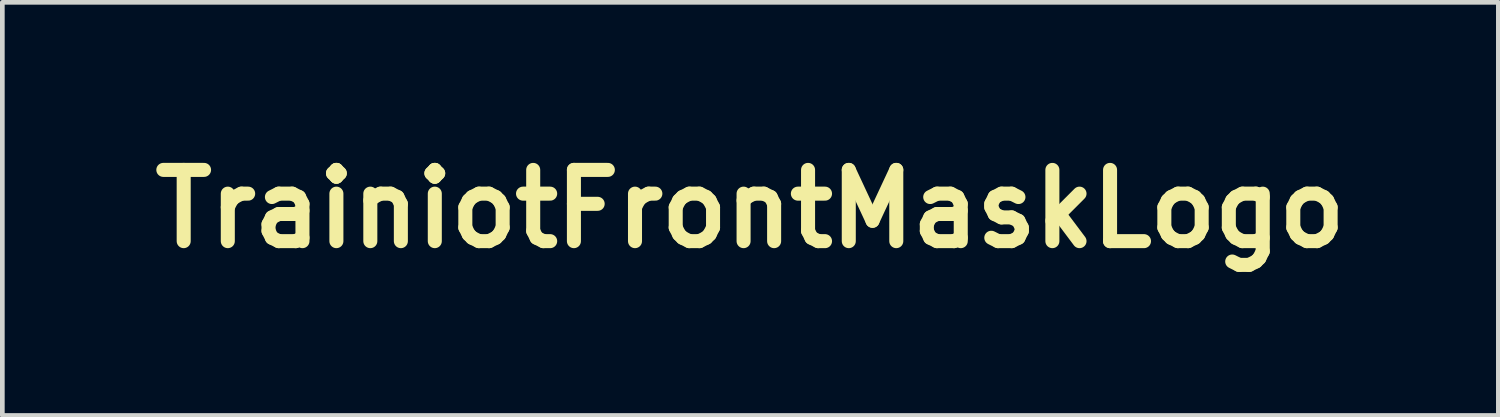
<source format=kicad_pcb>
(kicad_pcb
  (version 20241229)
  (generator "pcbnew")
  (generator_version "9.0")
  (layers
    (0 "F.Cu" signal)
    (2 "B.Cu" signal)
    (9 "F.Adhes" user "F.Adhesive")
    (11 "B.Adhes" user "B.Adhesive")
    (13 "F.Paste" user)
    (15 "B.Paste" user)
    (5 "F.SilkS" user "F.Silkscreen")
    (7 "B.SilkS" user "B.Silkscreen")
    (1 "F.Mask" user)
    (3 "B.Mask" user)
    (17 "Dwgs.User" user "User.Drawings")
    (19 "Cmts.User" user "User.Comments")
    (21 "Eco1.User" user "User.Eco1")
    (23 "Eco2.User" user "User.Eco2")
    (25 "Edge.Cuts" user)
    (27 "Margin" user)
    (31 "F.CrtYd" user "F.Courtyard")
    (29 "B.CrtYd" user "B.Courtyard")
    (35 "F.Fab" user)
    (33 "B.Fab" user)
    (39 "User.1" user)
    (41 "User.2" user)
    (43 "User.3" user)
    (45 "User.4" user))
  (footprint "TrainiotFrontMaskLogo"
    (layer "F.Cu")
    (at 12.998 1.418)
    (property "Reference" "TrainiotFrontMaskLogo" (at 0 0 0) (layer "F.SilkS") (effects (font (size 1.524 1.524) (thickness 0.3))))
    (attr through_hole)
    (fp_poly (pts (xy 1.852 -0.91) (xy 1.566 -0.91) (xy 1.566 -1.122) (xy 1.852 -1.122) (xy 1.852 -0.91)) (stroke (width 0.01) (type solid)) (fill yes) (layer "F.Mask"))
    (fp_poly (pts (xy -0.671 -1.057) (xy -0.674 -1.014) (xy -0.677 -0.972) (xy -0.677 -0.951) (xy -0.677 -0.91) (xy -0.966 -0.91) (xy -0.959 -0.975) (xy -0.956 -1.018) (xy -0.953 -1.06) (xy -0.953 -1.081) (xy -0.953 -1.122) (xy -0.664 -1.122) (xy -0.671 -1.057)) (stroke (width 0.01) (type solid)) (fill yes) (layer "F.Mask"))
    (fp_poly (pts (xy -0.693 -0.54) (xy -0.697 -0.5) (xy -0.701 -0.442) (xy -0.706 -0.367) (xy -0.711 -0.278) (xy -0.717 -0.178) (xy -0.722 -0.069) (xy -0.727 0.047) (xy -0.732 0.168) (xy -0.737 0.291) (xy -0.741 0.413) (xy -0.743 0.479) (xy -0.755 0.921) (xy -1.027 0.921) (xy -1.027 0.891) (xy -1.026 0.868) (xy -1.024 0.83) (xy -1.02 0.782) (xy -1.016 0.729) (xy -1.012 0.675) (xy -1.008 0.603) (xy -1.003 0.515) (xy -0.998 0.416) (xy -0.993 0.308) (xy -0.988 0.195) (xy -0.983 0.079) (xy -0.978 -0.037) (xy -0.974 -0.149) (xy -0.97 -0.254) (xy -0.968 -0.344) (xy -0.961 -0.587) (xy -0.687 -0.587) (xy -0.693 -0.54)) (stroke (width 0.01) (type solid)) (fill yes) (layer "F.Mask"))
    (fp_poly (pts (xy 1.827 -0.492) (xy 1.816 -0.326) (xy 1.806 -0.151) (xy 1.797 0.026) (xy 1.79 0.203) (xy 1.784 0.373) (xy 1.78 0.533) (xy 1.777 0.677) (xy 1.777 0.706) (xy 1.776 0.921) (xy 1.492 0.921) (xy 1.497 0.87) (xy 1.501 0.826) (xy 1.506 0.763) (xy 1.511 0.685) (xy 1.517 0.594) (xy 1.522 0.492) (xy 1.528 0.383) (xy 1.533 0.269) (xy 1.539 0.153) (xy 1.544 0.037) (xy 1.548 -0.075) (xy 1.552 -0.181) (xy 1.555 -0.278) (xy 1.558 -0.364) (xy 1.558 -0.409) (xy 1.56 -0.465) (xy 1.561 -0.514) (xy 1.563 -0.55) (xy 1.565 -0.571) (xy 1.566 -0.575) (xy 1.578 -0.577) (xy 1.607 -0.58) (xy 1.649 -0.582) (xy 1.699 -0.584) (xy 1.703 -0.584) (xy 1.833 -0.587) (xy 1.827 -0.492)) (stroke (width 0.01) (type solid)) (fill yes) (layer "F.Mask"))
    (fp_poly (pts (xy -2.913 -0.616) (xy -2.882 -0.613) (xy -2.868 -0.607) (xy -2.863 -0.593) (xy -2.857 -0.562) (xy -2.853 -0.521) (xy -2.85 -0.494) (xy -2.844 -0.39) (xy -2.901 -0.399) (xy -2.942 -0.403) (xy -2.993 -0.406) (xy -3.036 -0.406) (xy -3.121 -0.394) (xy -3.199 -0.362) (xy -3.269 -0.311) (xy -3.297 -0.283) (xy -3.327 -0.247) (xy -3.353 -0.21) (xy -3.376 -0.17) (xy -3.394 -0.126) (xy -3.41 -0.075) (xy -3.422 -0.016) (xy -3.432 0.054) (xy -3.44 0.137) (xy -3.447 0.233) (xy -3.452 0.345) (xy -3.455 0.476) (xy -3.457 0.574) (xy -3.464 0.921) (xy -3.727 0.921) (xy -3.721 0.833) (xy -3.714 0.739) (xy -3.708 0.628) (xy -3.701 0.503) (xy -3.695 0.37) (xy -3.689 0.231) (xy -3.684 0.092) (xy -3.68 -0.044) (xy -3.677 -0.172) (xy -3.676 -0.217) (xy -3.669 -0.587) (xy -3.419 -0.587) (xy -3.425 -0.471) (xy -3.427 -0.42) (xy -3.428 -0.388) (xy -3.426 -0.371) (xy -3.423 -0.367) (xy -3.417 -0.373) (xy -3.411 -0.381) (xy -3.352 -0.456) (xy -3.295 -0.513) (xy -3.235 -0.556) (xy -3.171 -0.587) (xy -3.133 -0.6) (xy -3.098 -0.608) (xy -3.053 -0.613) (xy -3.004 -0.616) (xy -2.956 -0.618) (xy -2.913 -0.616)) (stroke (width 0.01) (type solid)) (fill yes) (layer "F.Mask"))
    (fp_poly (pts (xy 3.038 -0.613) (xy 3.155 -0.593) (xy 3.257 -0.563) (xy 3.345 -0.521) (xy 3.425 -0.465) (xy 3.477 -0.418) (xy 3.551 -0.33) (xy 3.608 -0.228) (xy 3.646 -0.122) (xy 3.658 -0.062) (xy 3.666 0.011) (xy 3.67 0.092) (xy 3.67 0.175) (xy 3.665 0.252) (xy 3.657 0.312) (xy 3.623 0.445) (xy 3.574 0.564) (xy 3.511 0.668) (xy 3.434 0.756) (xy 3.343 0.829) (xy 3.239 0.886) (xy 3.122 0.926) (xy 3.054 0.938) (xy 2.973 0.946) (xy 2.886 0.949) (xy 2.8 0.946) (xy 2.722 0.939) (xy 2.685 0.932) (xy 2.566 0.896) (xy 2.459 0.844) (xy 2.367 0.776) (xy 2.289 0.694) (xy 2.225 0.596) (xy 2.177 0.485) (xy 2.145 0.36) (xy 2.133 0.274) (xy 2.133 0.27) (xy 2.395 0.27) (xy 2.409 0.378) (xy 2.437 0.473) (xy 2.48 0.557) (xy 2.503 0.59) (xy 2.567 0.658) (xy 2.644 0.71) (xy 2.731 0.746) (xy 2.826 0.765) (xy 2.926 0.766) (xy 3.029 0.75) (xy 3.063 0.74) (xy 3.152 0.702) (xy 3.228 0.648) (xy 3.292 0.576) (xy 3.343 0.489) (xy 3.381 0.386) (xy 3.406 0.268) (xy 3.414 0.181) (xy 3.414 0.064) (xy 3.4 -0.045) (xy 3.371 -0.145) (xy 3.329 -0.232) (xy 3.311 -0.26) (xy 3.256 -0.319) (xy 3.187 -0.366) (xy 3.107 -0.4) (xy 3.019 -0.422) (xy 2.926 -0.43) (xy 2.833 -0.423) (xy 2.743 -0.402) (xy 2.691 -0.381) (xy 2.607 -0.331) (xy 2.537 -0.265) (xy 2.481 -0.183) (xy 2.438 -0.086) (xy 2.409 0.026) (xy 2.395 0.148) (xy 2.395 0.27) (xy 2.133 0.27) (xy 2.13 0.17) (xy 2.141 0.061) (xy 2.163 -0.048) (xy 2.196 -0.153) (xy 2.239 -0.249) (xy 2.289 -0.33) (xy 2.305 -0.35) (xy 2.387 -0.433) (xy 2.483 -0.501) (xy 2.591 -0.555) (xy 2.708 -0.593) (xy 2.832 -0.615) (xy 2.96 -0.619) (xy 3.038 -0.613)) (stroke (width 0.01) (type solid)) (fill yes) (layer "F.Mask"))
    (fp_poly (pts (xy -4.316 -0.749) (xy -4.32 -0.582) (xy -4.112 -0.582) (xy -4.04 -0.582) (xy -3.987 -0.581) (xy -3.95 -0.58) (xy -3.926 -0.578) (xy -3.913 -0.575) (xy -3.909 -0.57) (xy -3.909 -0.565) (xy -3.913 -0.547) (xy -3.915 -0.514) (xy -3.916 -0.475) (xy -3.916 -0.402) (xy -4.326 -0.402) (xy -4.333 -0.32) (xy -4.337 -0.262) (xy -4.341 -0.191) (xy -4.346 -0.111) (xy -4.35 -0.023) (xy -4.354 0.067) (xy -4.358 0.159) (xy -4.361 0.247) (xy -4.364 0.331) (xy -4.367 0.405) (xy -4.368 0.469) (xy -4.369 0.517) (xy -4.368 0.548) (xy -4.368 0.551) (xy -4.363 0.595) (xy -4.356 0.635) (xy -4.347 0.661) (xy -4.347 0.662) (xy -4.312 0.71) (xy -4.264 0.742) (xy -4.204 0.759) (xy -4.129 0.76) (xy -4.04 0.747) (xy -4.019 0.742) (xy -3.978 0.733) (xy -3.954 0.728) (xy -3.943 0.729) (xy -3.941 0.734) (xy -3.943 0.742) (xy -3.948 0.762) (xy -3.954 0.796) (xy -3.961 0.836) (xy -3.962 0.839) (xy -3.975 0.915) (xy -4.027 0.929) (xy -4.064 0.936) (xy -4.116 0.941) (xy -4.176 0.945) (xy -4.239 0.948) (xy -4.299 0.948) (xy -4.35 0.947) (xy -4.387 0.943) (xy -4.389 0.942) (xy -4.463 0.917) (xy -4.526 0.879) (xy -4.575 0.828) (xy -4.607 0.768) (xy -4.608 0.765) (xy -4.615 0.74) (xy -4.62 0.707) (xy -4.623 0.664) (xy -4.624 0.61) (xy -4.624 0.543) (xy -4.622 0.462) (xy -4.618 0.365) (xy -4.613 0.25) (xy -4.606 0.117) (xy -4.604 0.079) (xy -4.599 -0.01) (xy -4.594 -0.094) (xy -4.59 -0.172) (xy -4.587 -0.239) (xy -4.585 -0.292) (xy -4.583 -0.33) (xy -4.583 -0.347) (xy -4.583 -0.402) (xy -4.773 -0.402) (xy -4.773 -0.475) (xy -4.773 -0.523) (xy -4.769 -0.554) (xy -4.758 -0.571) (xy -4.737 -0.58) (xy -4.701 -0.582) (xy -4.662 -0.582) (xy -4.564 -0.582) (xy -4.558 -0.654) (xy -4.554 -0.705) (xy -4.551 -0.761) (xy -4.551 -0.794) (xy -4.551 -0.864) (xy -4.432 -0.89) (xy -4.313 -0.915) (xy -4.316 -0.749)) (stroke (width 0.01) (type solid)) (fill yes) (layer "F.Mask"))
    (fp_poly (pts (xy 0.681 -0.612) (xy 0.786 -0.594) (xy 0.878 -0.566) (xy 0.909 -0.553) (xy 0.969 -0.516) (xy 1.026 -0.466) (xy 1.072 -0.408) (xy 1.101 -0.353) (xy 1.112 -0.319) (xy 1.12 -0.276) (xy 1.126 -0.223) (xy 1.129 -0.158) (xy 1.131 -0.079) (xy 1.13 0.016) (xy 1.127 0.127) (xy 1.121 0.257) (xy 1.118 0.339) (xy 1.113 0.429) (xy 1.109 0.518) (xy 1.106 0.602) (xy 1.103 0.678) (xy 1.102 0.741) (xy 1.101 0.789) (xy 1.101 0.802) (xy 1.101 0.921) (xy 0.836 0.921) (xy 0.836 0.892) (xy 0.837 0.874) (xy 0.839 0.838) (xy 0.842 0.787) (xy 0.845 0.723) (xy 0.85 0.649) (xy 0.854 0.567) (xy 0.857 0.519) (xy 0.866 0.369) (xy 0.872 0.239) (xy 0.876 0.127) (xy 0.878 0.034) (xy 0.877 -0.044) (xy 0.874 -0.106) (xy 0.869 -0.154) (xy 0.862 -0.188) (xy 0.862 -0.19) (xy 0.837 -0.244) (xy 0.797 -0.297) (xy 0.749 -0.341) (xy 0.718 -0.361) (xy 0.648 -0.388) (xy 0.565 -0.404) (xy 0.477 -0.411) (xy 0.389 -0.406) (xy 0.308 -0.391) (xy 0.295 -0.387) (xy 0.22 -0.353) (xy 0.147 -0.303) (xy 0.083 -0.242) (xy 0.032 -0.173) (xy 0.001 -0.111) (xy -0.017 -0.055) (xy -0.033 0.009) (xy -0.046 0.084) (xy -0.057 0.171) (xy -0.066 0.273) (xy -0.073 0.391) (xy -0.079 0.526) (xy -0.083 0.651) (xy -0.09 0.915) (xy -0.362 0.921) (xy -0.356 0.86) (xy -0.35 0.8) (xy -0.344 0.721) (xy -0.337 0.627) (xy -0.33 0.522) (xy -0.323 0.408) (xy -0.317 0.289) (xy -0.31 0.167) (xy -0.304 0.046) (xy -0.299 -0.071) (xy -0.294 -0.182) (xy -0.291 -0.282) (xy -0.29 -0.324) (xy -0.282 -0.587) (xy -0.02 -0.587) (xy -0.027 -0.452) (xy -0.03 -0.402) (xy -0.031 -0.36) (xy -0.031 -0.331) (xy -0.029 -0.318) (xy -0.029 -0.318) (xy -0.021 -0.326) (xy -0.005 -0.347) (xy 0.011 -0.37) (xy 0.073 -0.448) (xy 0.15 -0.512) (xy 0.242 -0.56) (xy 0.348 -0.595) (xy 0.468 -0.614) (xy 0.566 -0.618) (xy 0.681 -0.612)) (stroke (width 0.01) (type solid)) (fill yes) (layer "F.Mask"))
    (fp_poly (pts (xy 4.349 -0.911) (xy 4.352 -0.903) (xy 4.354 -0.884) (xy 4.354 -0.853) (xy 4.353 -0.805) (xy 4.352 -0.75) (xy 4.347 -0.582) (xy 4.556 -0.582) (xy 4.765 -0.582) (xy 4.759 -0.558) (xy 4.755 -0.535) (xy 4.753 -0.499) (xy 4.752 -0.468) (xy 4.752 -0.402) (xy 4.342 -0.402) (xy 4.336 -0.31) (xy 4.334 -0.277) (xy 4.331 -0.226) (xy 4.327 -0.161) (xy 4.323 -0.084) (xy 4.319 0.001) (xy 4.315 0.092) (xy 4.312 0.164) (xy 4.306 0.277) (xy 4.303 0.372) (xy 4.301 0.449) (xy 4.301 0.512) (xy 4.302 0.562) (xy 4.306 0.601) (xy 4.311 0.632) (xy 4.319 0.656) (xy 4.329 0.676) (xy 4.342 0.694) (xy 4.384 0.731) (xy 4.441 0.753) (xy 4.512 0.76) (xy 4.596 0.753) (xy 4.649 0.742) (xy 4.692 0.733) (xy 4.717 0.729) (xy 4.727 0.732) (xy 4.727 0.736) (xy 4.723 0.752) (xy 4.717 0.784) (xy 4.71 0.824) (xy 4.709 0.834) (xy 4.696 0.918) (xy 4.636 0.931) (xy 4.587 0.939) (xy 4.526 0.945) (xy 4.459 0.948) (xy 4.393 0.948) (xy 4.333 0.946) (xy 4.285 0.941) (xy 4.268 0.938) (xy 4.191 0.909) (xy 4.129 0.866) (xy 4.084 0.809) (xy 4.081 0.805) (xy 4.065 0.774) (xy 4.055 0.747) (xy 4.049 0.715) (xy 4.046 0.672) (xy 4.045 0.645) (xy 4.044 0.616) (xy 4.045 0.57) (xy 4.047 0.508) (xy 4.05 0.434) (xy 4.053 0.35) (xy 4.056 0.259) (xy 4.06 0.165) (xy 4.065 0.07) (xy 4.069 -0.023) (xy 4.074 -0.111) (xy 4.078 -0.191) (xy 4.082 -0.261) (xy 4.086 -0.316) (xy 4.089 -0.355) (xy 4.089 -0.362) (xy 4.094 -0.402) (xy 3.895 -0.402) (xy 3.895 -0.437) (xy 3.896 -0.468) (xy 3.899 -0.508) (xy 3.902 -0.527) (xy 3.908 -0.582) (xy 4.103 -0.582) (xy 4.11 -0.638) (xy 4.113 -0.676) (xy 4.116 -0.726) (xy 4.117 -0.776) (xy 4.117 -0.779) (xy 4.117 -0.865) (xy 4.215 -0.884) (xy 4.26 -0.893) (xy 4.3 -0.902) (xy 4.328 -0.909) (xy 4.335 -0.911) (xy 4.343 -0.913) (xy 4.349 -0.911)) (stroke (width 0.01) (type solid)) (fill yes) (layer "F.Mask"))
    (fp_poly (pts (xy -1.924 -0.617) (xy -1.833 -0.612) (xy -1.75 -0.602) (xy -1.698 -0.592) (xy -1.625 -0.568) (xy -1.556 -0.535) (xy -1.499 -0.496) (xy -1.473 -0.472) (xy -1.452 -0.447) (xy -1.434 -0.42) (xy -1.42 -0.389) (xy -1.41 -0.353) (xy -1.402 -0.309) (xy -1.398 -0.256) (xy -1.396 -0.191) (xy -1.397 -0.113) (xy -1.4 -0.019) (xy -1.406 0.092) (xy -1.412 0.202) (xy -1.418 0.292) (xy -1.423 0.394) (xy -1.428 0.499) (xy -1.432 0.599) (xy -1.435 0.685) (xy -1.443 0.921) (xy -1.573 0.921) (xy -1.625 0.921) (xy -1.661 0.921) (xy -1.685 0.916) (xy -1.698 0.905) (xy -1.703 0.883) (xy -1.702 0.849) (xy -1.697 0.798) (xy -1.693 0.757) (xy -1.69 0.721) (xy -1.686 0.672) (xy -1.682 0.611) (xy -1.678 0.542) (xy -1.674 0.468) (xy -1.67 0.392) (xy -1.666 0.316) (xy -1.663 0.244) (xy -1.66 0.179) (xy -1.657 0.124) (xy -1.656 0.081) (xy -1.655 0.053) (xy -1.656 0.045) (xy -1.665 0.049) (xy -1.687 0.062) (xy -1.714 0.079) (xy -1.758 0.103) (xy -1.817 0.128) (xy -1.888 0.153) (xy -1.893 0.154) (xy -2.002 0.187) (xy -2.092 0.216) (xy -2.166 0.24) (xy -2.227 0.26) (xy -2.276 0.278) (xy -2.315 0.295) (xy -2.347 0.311) (xy -2.373 0.327) (xy -2.397 0.344) (xy -2.419 0.362) (xy -2.426 0.368) (xy -2.471 0.422) (xy -2.499 0.481) (xy -2.509 0.543) (xy -2.503 0.605) (xy -2.482 0.662) (xy -2.445 0.712) (xy -2.395 0.752) (xy -2.331 0.779) (xy -2.318 0.782) (xy -2.255 0.791) (xy -2.18 0.794) (xy -2.1 0.791) (xy -2.023 0.784) (xy -1.959 0.772) (xy -1.919 0.763) (xy -1.887 0.757) (xy -1.869 0.754) (xy -1.867 0.754) (xy -1.868 0.766) (xy -1.873 0.791) (xy -1.883 0.825) (xy -1.894 0.861) (xy -1.905 0.893) (xy -1.914 0.916) (xy -1.918 0.922) (xy -1.943 0.931) (xy -1.985 0.938) (xy -2.04 0.944) (xy -2.103 0.948) (xy -2.172 0.95) (xy -2.242 0.949) (xy -2.309 0.947) (xy -2.368 0.943) (xy -2.408 0.938) (xy -2.505 0.913) (xy -2.587 0.873) (xy -2.654 0.82) (xy -2.705 0.753) (xy -2.739 0.673) (xy -2.752 0.615) (xy -2.757 0.525) (xy -2.741 0.439) (xy -2.705 0.359) (xy -2.65 0.287) (xy -2.625 0.263) (xy -2.582 0.228) (xy -2.532 0.196) (xy -2.472 0.165) (xy -2.402 0.136) (xy -2.317 0.106) (xy -2.218 0.076) (xy -2.101 0.043) (xy -2.013 0.021) (xy -1.908 -0.009) (xy -1.824 -0.04) (xy -1.758 -0.074) (xy -1.71 -0.111) (xy -1.677 -0.154) (xy -1.658 -0.201) (xy -1.654 -0.225) (xy -1.656 -0.287) (xy -1.677 -0.341) (xy -1.715 -0.385) (xy -1.752 -0.414) (xy -1.796 -0.435) (xy -1.848 -0.449) (xy -1.913 -0.457) (xy -1.994 -0.46) (xy -2.021 -0.46) (xy -2.178 -0.451) (xy -2.327 -0.424) (xy -2.47 -0.38) (xy -2.509 -0.366) (xy -2.538 -0.357) (xy -2.555 -0.352) (xy -2.556 -0.352) (xy -2.557 -0.364) (xy -2.553 -0.392) (xy -2.548 -0.427) (xy -2.541 -0.466) (xy -2.534 -0.502) (xy -2.527 -0.528) (xy -2.523 -0.539) (xy -2.507 -0.546) (xy -2.473 -0.555) (xy -2.427 -0.565) (xy -2.371 -0.576) (xy -2.309 -0.587) (xy -2.246 -0.597) (xy -2.185 -0.606) (xy -2.129 -0.612) (xy -2.108 -0.614) (xy -2.018 -0.618) (xy -1.924 -0.617)) (stroke (width 0.01) (type solid)) (fill yes) (layer "F.Mask")))
  (gr_rect
    (start -3 -3)
    (end 28.995 5.836)
    (stroke (width 0.1) (type default))
    (fill no)
    (layer "Edge.Cuts")))
</source>
